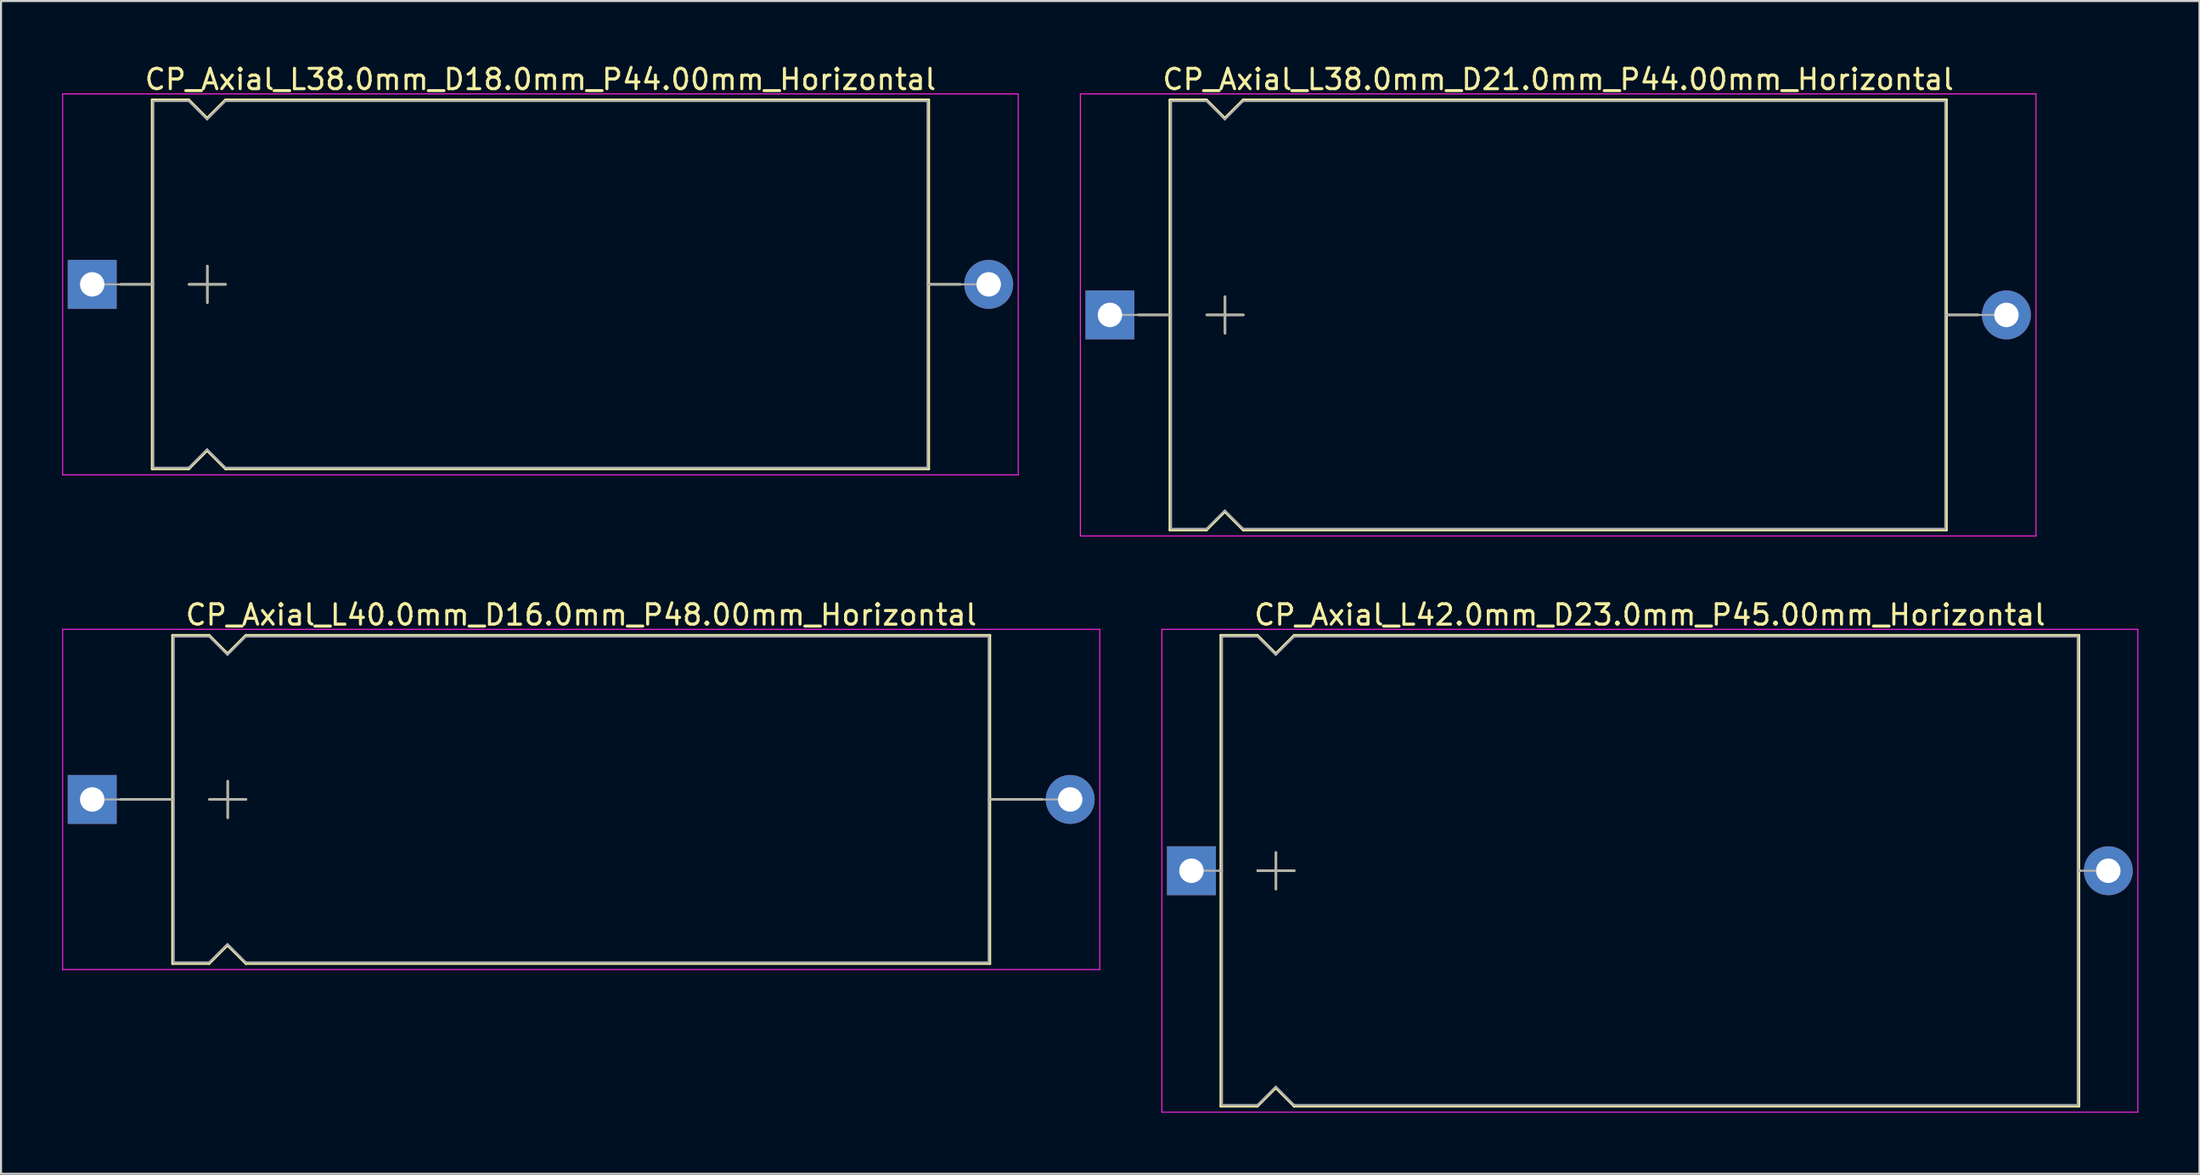
<source format=kicad_pcb>
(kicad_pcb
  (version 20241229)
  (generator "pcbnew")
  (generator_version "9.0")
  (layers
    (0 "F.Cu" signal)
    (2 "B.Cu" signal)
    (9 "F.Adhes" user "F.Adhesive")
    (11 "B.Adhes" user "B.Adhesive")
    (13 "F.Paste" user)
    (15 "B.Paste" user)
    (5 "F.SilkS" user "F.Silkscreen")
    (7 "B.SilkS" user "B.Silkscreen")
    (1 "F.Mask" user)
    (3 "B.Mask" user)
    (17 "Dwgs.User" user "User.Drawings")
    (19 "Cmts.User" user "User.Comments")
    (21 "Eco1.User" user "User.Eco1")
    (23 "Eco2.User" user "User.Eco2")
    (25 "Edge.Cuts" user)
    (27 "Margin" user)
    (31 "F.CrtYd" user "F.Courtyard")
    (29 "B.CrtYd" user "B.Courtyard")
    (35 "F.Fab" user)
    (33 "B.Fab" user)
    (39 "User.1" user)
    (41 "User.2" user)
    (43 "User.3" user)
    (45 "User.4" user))
  (footprint "CP_Axial_L42.0mm_D23.0mm_P45.00mm_Horizontal"
    (layer "F.Cu")
    (at 55.425 39.691)
    (property "Reference" "CP_Axial_L42.0mm_D23.0mm_P45.00mm_Horizontal" (at 22.5 -12.56 0) (layer "F.SilkS") (effects (font (size 1 1) (thickness 0.15))))
    (attr through_hole)
    (fp_line (start 1.38 0) (end 1.44 0) (stroke (width 0.12) (type solid)) (layer "F.SilkS"))
    (fp_line (start 1.44 -11.56) (end 1.44 11.56) (stroke (width 0.12) (type solid)) (layer "F.SilkS"))
    (fp_line (start 1.44 -11.56) (end 3.24 -11.56) (stroke (width 0.12) (type solid)) (layer "F.SilkS"))
    (fp_line (start 1.44 11.56) (end 3.24 11.56) (stroke (width 0.12) (type solid)) (layer "F.SilkS"))
    (fp_line (start 3.24 -11.56) (end 4.14 -10.66) (stroke (width 0.12) (type solid)) (layer "F.SilkS"))
    (fp_line (start 3.24 11.56) (end 4.14 10.66) (stroke (width 0.12) (type solid)) (layer "F.SilkS"))
    (fp_line (start 3.25 0) (end 5.05 0) (stroke (width 0.12) (type solid)) (layer "F.SilkS"))
    (fp_line (start 4.14 -10.66) (end 5.04 -11.56) (stroke (width 0.12) (type solid)) (layer "F.SilkS"))
    (fp_line (start 4.14 10.66) (end 5.04 11.56) (stroke (width 0.12) (type solid)) (layer "F.SilkS"))
    (fp_line (start 4.15 -0.9) (end 4.15 0.9) (stroke (width 0.12) (type solid)) (layer "F.SilkS"))
    (fp_line (start 5.04 -11.56) (end 43.56 -11.56) (stroke (width 0.12) (type solid)) (layer "F.SilkS"))
    (fp_line (start 5.04 11.56) (end 43.56 11.56) (stroke (width 0.12) (type solid)) (layer "F.SilkS"))
    (fp_line (start 43.56 -11.56) (end 43.56 11.56) (stroke (width 0.12) (type solid)) (layer "F.SilkS"))
    (fp_line (start 43.62 0) (end 43.56 0) (stroke (width 0.12) (type solid)) (layer "F.SilkS"))
    (fp_line (start -1.45 -11.85) (end -1.45 11.85) (stroke (width 0.05) (type solid)) (layer "F.CrtYd"))
    (fp_line (start -1.45 11.85) (end 46.45 11.85) (stroke (width 0.05) (type solid)) (layer "F.CrtYd"))
    (fp_line (start 46.45 -11.85) (end -1.45 -11.85) (stroke (width 0.05) (type solid)) (layer "F.CrtYd"))
    (fp_line (start 46.45 11.85) (end 46.45 -11.85) (stroke (width 0.05) (type solid)) (layer "F.CrtYd"))
    (fp_line (start 0 0) (end 1.5 0) (stroke (width 0.1) (type solid)) (layer "F.Fab"))
    (fp_line (start 1.5 -11.5) (end 1.5 11.5) (stroke (width 0.1) (type solid)) (layer "F.Fab"))
    (fp_line (start 1.5 -11.5) (end 3.24 -11.5) (stroke (width 0.1) (type solid)) (layer "F.Fab"))
    (fp_line (start 1.5 11.5) (end 3.24 11.5) (stroke (width 0.1) (type solid)) (layer "F.Fab"))
    (fp_line (start 3.24 -11.5) (end 4.14 -10.6) (stroke (width 0.1) (type solid)) (layer "F.Fab"))
    (fp_line (start 3.24 11.5) (end 4.14 10.6) (stroke (width 0.1) (type solid)) (layer "F.Fab"))
    (fp_line (start 3.25 0) (end 5.05 0) (stroke (width 0.1) (type solid)) (layer "F.Fab"))
    (fp_line (start 4.14 -10.6) (end 5.04 -11.5) (stroke (width 0.1) (type solid)) (layer "F.Fab"))
    (fp_line (start 4.14 10.6) (end 5.04 11.5) (stroke (width 0.1) (type solid)) (layer "F.Fab"))
    (fp_line (start 4.15 -0.9) (end 4.15 0.9) (stroke (width 0.1) (type solid)) (layer "F.Fab"))
    (fp_line (start 5.04 -11.5) (end 43.5 -11.5) (stroke (width 0.1) (type solid)) (layer "F.Fab"))
    (fp_line (start 5.04 11.5) (end 43.5 11.5) (stroke (width 0.1) (type solid)) (layer "F.Fab"))
    (fp_line (start 43.5 -11.5) (end 43.5 11.5) (stroke (width 0.1) (type solid)) (layer "F.Fab"))
    (fp_line (start 45 0) (end 43.5 0) (stroke (width 0.1) (type solid)) (layer "F.Fab"))
    (pad "1" thru_hole rect (at 0 0) (size 2.4 2.4) (drill 1.2) (layers "*.Cu" "*.Mask"))
    (pad "2" thru_hole oval (at 45 0) (size 2.4 2.4) (drill 1.2) (layers "*.Cu" "*.Mask")))
  (footprint "CP_Axial_L38.0mm_D21.0mm_P44.00mm_Horizontal"
    (layer "F.Cu")
    (at 51.425 12.408)
    (property "Reference" "CP_Axial_L38.0mm_D21.0mm_P44.00mm_Horizontal" (at 22 -11.56 0) (layer "F.SilkS") (effects (font (size 1 1) (thickness 0.15))))
    (attr through_hole)
    (fp_line (start 1.38 0) (end 2.94 0) (stroke (width 0.12) (type solid)) (layer "F.SilkS"))
    (fp_line (start 2.94 -10.56) (end 2.94 10.56) (stroke (width 0.12) (type solid)) (layer "F.SilkS"))
    (fp_line (start 2.94 -10.56) (end 4.74 -10.56) (stroke (width 0.12) (type solid)) (layer "F.SilkS"))
    (fp_line (start 2.94 10.56) (end 4.74 10.56) (stroke (width 0.12) (type solid)) (layer "F.SilkS"))
    (fp_line (start 4.74 -10.56) (end 5.64 -9.66) (stroke (width 0.12) (type solid)) (layer "F.SilkS"))
    (fp_line (start 4.74 10.56) (end 5.64 9.66) (stroke (width 0.12) (type solid)) (layer "F.SilkS"))
    (fp_line (start 4.75 0) (end 6.55 0) (stroke (width 0.12) (type solid)) (layer "F.SilkS"))
    (fp_line (start 5.64 -9.66) (end 6.54 -10.56) (stroke (width 0.12) (type solid)) (layer "F.SilkS"))
    (fp_line (start 5.64 9.66) (end 6.54 10.56) (stroke (width 0.12) (type solid)) (layer "F.SilkS"))
    (fp_line (start 5.65 -0.9) (end 5.65 0.9) (stroke (width 0.12) (type solid)) (layer "F.SilkS"))
    (fp_line (start 6.54 -10.56) (end 41.06 -10.56) (stroke (width 0.12) (type solid)) (layer "F.SilkS"))
    (fp_line (start 6.54 10.56) (end 41.06 10.56) (stroke (width 0.12) (type solid)) (layer "F.SilkS"))
    (fp_line (start 41.06 -10.56) (end 41.06 10.56) (stroke (width 0.12) (type solid)) (layer "F.SilkS"))
    (fp_line (start 42.62 0) (end 41.06 0) (stroke (width 0.12) (type solid)) (layer "F.SilkS"))
    (fp_line (start -1.45 -10.85) (end -1.45 10.85) (stroke (width 0.05) (type solid)) (layer "F.CrtYd"))
    (fp_line (start -1.45 10.85) (end 45.45 10.85) (stroke (width 0.05) (type solid)) (layer "F.CrtYd"))
    (fp_line (start 45.45 -10.85) (end -1.45 -10.85) (stroke (width 0.05) (type solid)) (layer "F.CrtYd"))
    (fp_line (start 45.45 10.85) (end 45.45 -10.85) (stroke (width 0.05) (type solid)) (layer "F.CrtYd"))
    (fp_line (start 0 0) (end 3 0) (stroke (width 0.1) (type solid)) (layer "F.Fab"))
    (fp_line (start 3 -10.5) (end 3 10.5) (stroke (width 0.1) (type solid)) (layer "F.Fab"))
    (fp_line (start 3 -10.5) (end 4.74 -10.5) (stroke (width 0.1) (type solid)) (layer "F.Fab"))
    (fp_line (start 3 10.5) (end 4.74 10.5) (stroke (width 0.1) (type solid)) (layer "F.Fab"))
    (fp_line (start 4.74 -10.5) (end 5.64 -9.6) (stroke (width 0.1) (type solid)) (layer "F.Fab"))
    (fp_line (start 4.74 10.5) (end 5.64 9.6) (stroke (width 0.1) (type solid)) (layer "F.Fab"))
    (fp_line (start 4.75 0) (end 6.55 0) (stroke (width 0.1) (type solid)) (layer "F.Fab"))
    (fp_line (start 5.64 -9.6) (end 6.54 -10.5) (stroke (width 0.1) (type solid)) (layer "F.Fab"))
    (fp_line (start 5.64 9.6) (end 6.54 10.5) (stroke (width 0.1) (type solid)) (layer "F.Fab"))
    (fp_line (start 5.65 -0.9) (end 5.65 0.9) (stroke (width 0.1) (type solid)) (layer "F.Fab"))
    (fp_line (start 6.54 -10.5) (end 41 -10.5) (stroke (width 0.1) (type solid)) (layer "F.Fab"))
    (fp_line (start 6.54 10.5) (end 41 10.5) (stroke (width 0.1) (type solid)) (layer "F.Fab"))
    (fp_line (start 41 -10.5) (end 41 10.5) (stroke (width 0.1) (type solid)) (layer "F.Fab"))
    (fp_line (start 44 0) (end 41 0) (stroke (width 0.1) (type solid)) (layer "F.Fab"))
    (pad "1" thru_hole rect (at 0 0) (size 2.4 2.4) (drill 1.2) (layers "*.Cu" "*.Mask"))
    (pad "2" thru_hole oval (at 44 0) (size 2.4 2.4) (drill 1.2) (layers "*.Cu" "*.Mask")))
  (footprint "CP_Axial_L38.0mm_D18.0mm_P44.00mm_Horizontal"
    (layer "F.Cu")
    (at 1.475 10.908)
    (property "Reference" "CP_Axial_L38.0mm_D18.0mm_P44.00mm_Horizontal" (at 22 -10.06 0) (layer "F.SilkS") (effects (font (size 1 1) (thickness 0.15))))
    (attr through_hole)
    (fp_line (start 1.38 0) (end 2.94 0) (stroke (width 0.12) (type solid)) (layer "F.SilkS"))
    (fp_line (start 2.94 -9.06) (end 2.94 9.06) (stroke (width 0.12) (type solid)) (layer "F.SilkS"))
    (fp_line (start 2.94 -9.06) (end 4.74 -9.06) (stroke (width 0.12) (type solid)) (layer "F.SilkS"))
    (fp_line (start 2.94 9.06) (end 4.74 9.06) (stroke (width 0.12) (type solid)) (layer "F.SilkS"))
    (fp_line (start 4.74 -9.06) (end 5.64 -8.16) (stroke (width 0.12) (type solid)) (layer "F.SilkS"))
    (fp_line (start 4.74 9.06) (end 5.64 8.16) (stroke (width 0.12) (type solid)) (layer "F.SilkS"))
    (fp_line (start 4.75 0) (end 6.55 0) (stroke (width 0.12) (type solid)) (layer "F.SilkS"))
    (fp_line (start 5.64 -8.16) (end 6.54 -9.06) (stroke (width 0.12) (type solid)) (layer "F.SilkS"))
    (fp_line (start 5.64 8.16) (end 6.54 9.06) (stroke (width 0.12) (type solid)) (layer "F.SilkS"))
    (fp_line (start 5.65 -0.9) (end 5.65 0.9) (stroke (width 0.12) (type solid)) (layer "F.SilkS"))
    (fp_line (start 6.54 -9.06) (end 41.06 -9.06) (stroke (width 0.12) (type solid)) (layer "F.SilkS"))
    (fp_line (start 6.54 9.06) (end 41.06 9.06) (stroke (width 0.12) (type solid)) (layer "F.SilkS"))
    (fp_line (start 41.06 -9.06) (end 41.06 9.06) (stroke (width 0.12) (type solid)) (layer "F.SilkS"))
    (fp_line (start 42.62 0) (end 41.06 0) (stroke (width 0.12) (type solid)) (layer "F.SilkS"))
    (fp_line (start -1.45 -9.35) (end -1.45 9.35) (stroke (width 0.05) (type solid)) (layer "F.CrtYd"))
    (fp_line (start -1.45 9.35) (end 45.45 9.35) (stroke (width 0.05) (type solid)) (layer "F.CrtYd"))
    (fp_line (start 45.45 -9.35) (end -1.45 -9.35) (stroke (width 0.05) (type solid)) (layer "F.CrtYd"))
    (fp_line (start 45.45 9.35) (end 45.45 -9.35) (stroke (width 0.05) (type solid)) (layer "F.CrtYd"))
    (fp_line (start 0 0) (end 3 0) (stroke (width 0.1) (type solid)) (layer "F.Fab"))
    (fp_line (start 3 -9) (end 3 9) (stroke (width 0.1) (type solid)) (layer "F.Fab"))
    (fp_line (start 3 -9) (end 4.74 -9) (stroke (width 0.1) (type solid)) (layer "F.Fab"))
    (fp_line (start 3 9) (end 4.74 9) (stroke (width 0.1) (type solid)) (layer "F.Fab"))
    (fp_line (start 4.74 -9) (end 5.64 -8.1) (stroke (width 0.1) (type solid)) (layer "F.Fab"))
    (fp_line (start 4.74 9) (end 5.64 8.1) (stroke (width 0.1) (type solid)) (layer "F.Fab"))
    (fp_line (start 4.75 0) (end 6.55 0) (stroke (width 0.1) (type solid)) (layer "F.Fab"))
    (fp_line (start 5.64 -8.1) (end 6.54 -9) (stroke (width 0.1) (type solid)) (layer "F.Fab"))
    (fp_line (start 5.64 8.1) (end 6.54 9) (stroke (width 0.1) (type solid)) (layer "F.Fab"))
    (fp_line (start 5.65 -0.9) (end 5.65 0.9) (stroke (width 0.1) (type solid)) (layer "F.Fab"))
    (fp_line (start 6.54 -9) (end 41 -9) (stroke (width 0.1) (type solid)) (layer "F.Fab"))
    (fp_line (start 6.54 9) (end 41 9) (stroke (width 0.1) (type solid)) (layer "F.Fab"))
    (fp_line (start 41 -9) (end 41 9) (stroke (width 0.1) (type solid)) (layer "F.Fab"))
    (fp_line (start 44 0) (end 41 0) (stroke (width 0.1) (type solid)) (layer "F.Fab"))
    (pad "1" thru_hole rect (at 0 0) (size 2.4 2.4) (drill 1.2) (layers "*.Cu" "*.Mask"))
    (pad "2" thru_hole oval (at 44 0) (size 2.4 2.4) (drill 1.2) (layers "*.Cu" "*.Mask")))
  (footprint "CP_Axial_L40.0mm_D16.0mm_P48.00mm_Horizontal"
    (layer "F.Cu")
    (at 1.475 36.191)
    (property "Reference" "CP_Axial_L40.0mm_D16.0mm_P48.00mm_Horizontal" (at 24 -9.06 0) (layer "F.SilkS") (effects (font (size 1 1) (thickness 0.15))))
    (attr through_hole)
    (fp_line (start 1.38 0) (end 3.94 0) (stroke (width 0.12) (type solid)) (layer "F.SilkS"))
    (fp_line (start 3.94 -8.06) (end 3.94 8.06) (stroke (width 0.12) (type solid)) (layer "F.SilkS"))
    (fp_line (start 3.94 -8.06) (end 5.74 -8.06) (stroke (width 0.12) (type solid)) (layer "F.SilkS"))
    (fp_line (start 3.94 8.06) (end 5.74 8.06) (stroke (width 0.12) (type solid)) (layer "F.SilkS"))
    (fp_line (start 5.74 -8.06) (end 6.64 -7.16) (stroke (width 0.12) (type solid)) (layer "F.SilkS"))
    (fp_line (start 5.74 8.06) (end 6.64 7.16) (stroke (width 0.12) (type solid)) (layer "F.SilkS"))
    (fp_line (start 5.75 0) (end 7.55 0) (stroke (width 0.12) (type solid)) (layer "F.SilkS"))
    (fp_line (start 6.64 -7.16) (end 7.54 -8.06) (stroke (width 0.12) (type solid)) (layer "F.SilkS"))
    (fp_line (start 6.64 7.16) (end 7.54 8.06) (stroke (width 0.12) (type solid)) (layer "F.SilkS"))
    (fp_line (start 6.65 -0.9) (end 6.65 0.9) (stroke (width 0.12) (type solid)) (layer "F.SilkS"))
    (fp_line (start 7.54 -8.06) (end 44.06 -8.06) (stroke (width 0.12) (type solid)) (layer "F.SilkS"))
    (fp_line (start 7.54 8.06) (end 44.06 8.06) (stroke (width 0.12) (type solid)) (layer "F.SilkS"))
    (fp_line (start 44.06 -8.06) (end 44.06 8.06) (stroke (width 0.12) (type solid)) (layer "F.SilkS"))
    (fp_line (start 46.62 0) (end 44.06 0) (stroke (width 0.12) (type solid)) (layer "F.SilkS"))
    (fp_line (start -1.45 -8.35) (end -1.45 8.35) (stroke (width 0.05) (type solid)) (layer "F.CrtYd"))
    (fp_line (start -1.45 8.35) (end 49.45 8.35) (stroke (width 0.05) (type solid)) (layer "F.CrtYd"))
    (fp_line (start 49.45 -8.35) (end -1.45 -8.35) (stroke (width 0.05) (type solid)) (layer "F.CrtYd"))
    (fp_line (start 49.45 8.35) (end 49.45 -8.35) (stroke (width 0.05) (type solid)) (layer "F.CrtYd"))
    (fp_line (start 0 0) (end 4 0) (stroke (width 0.1) (type solid)) (layer "F.Fab"))
    (fp_line (start 4 -8) (end 4 8) (stroke (width 0.1) (type solid)) (layer "F.Fab"))
    (fp_line (start 4 -8) (end 5.74 -8) (stroke (width 0.1) (type solid)) (layer "F.Fab"))
    (fp_line (start 4 8) (end 5.74 8) (stroke (width 0.1) (type solid)) (layer "F.Fab"))
    (fp_line (start 5.74 -8) (end 6.64 -7.1) (stroke (width 0.1) (type solid)) (layer "F.Fab"))
    (fp_line (start 5.74 8) (end 6.64 7.1) (stroke (width 0.1) (type solid)) (layer "F.Fab"))
    (fp_line (start 5.75 0) (end 7.55 0) (stroke (width 0.1) (type solid)) (layer "F.Fab"))
    (fp_line (start 6.64 -7.1) (end 7.54 -8) (stroke (width 0.1) (type solid)) (layer "F.Fab"))
    (fp_line (start 6.64 7.1) (end 7.54 8) (stroke (width 0.1) (type solid)) (layer "F.Fab"))
    (fp_line (start 6.65 -0.9) (end 6.65 0.9) (stroke (width 0.1) (type solid)) (layer "F.Fab"))
    (fp_line (start 7.54 -8) (end 44 -8) (stroke (width 0.1) (type solid)) (layer "F.Fab"))
    (fp_line (start 7.54 8) (end 44 8) (stroke (width 0.1) (type solid)) (layer "F.Fab"))
    (fp_line (start 44 -8) (end 44 8) (stroke (width 0.1) (type solid)) (layer "F.Fab"))
    (fp_line (start 48 0) (end 44 0) (stroke (width 0.1) (type solid)) (layer "F.Fab"))
    (pad "1" thru_hole rect (at 0 0) (size 2.4 2.4) (drill 1.2) (layers "*.Cu" "*.Mask"))
    (pad "2" thru_hole oval (at 48 0) (size 2.4 2.4) (drill 1.2) (layers "*.Cu" "*.Mask")))
  (gr_rect
    (start -3 -3)
    (end 104.9 54.566)
    (stroke (width 0.1) (type default))
    (fill no)
    (layer "Edge.Cuts")))
</source>
